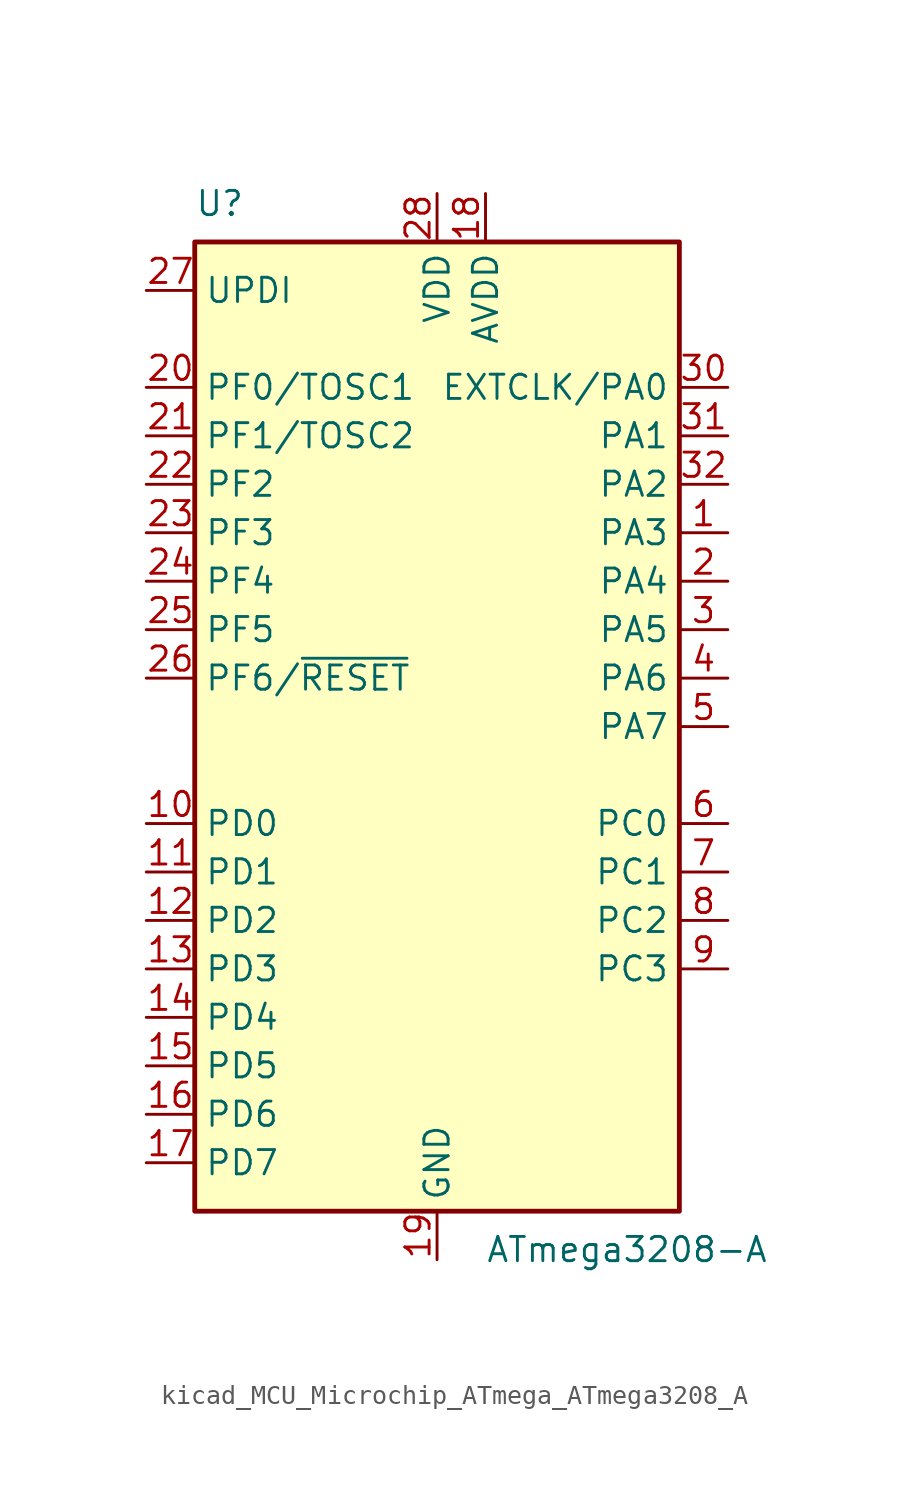
<source format=kicad_sym>
(kicad_symbol_lib
  (version 20220914)
  (generator kicad_symbol_editor)
  (symbol "kicad_MCU_Microchip_ATmega_ATmega3208_A"
    (property "Reference" "U"
      (at -12.7 26.67 0)
      (effects (font (size 1.27 1.27)) (justify left bottom)))
    (property "Value" "ATmega3208-A"
      (at 2.54 -26.67 0)
      (effects (font (size 1.27 1.27)) (justify left top)))
    (symbol "kicad_MCU_Microchip_ATmega_ATmega3208_A_0_1"
      (rectangle (start -12.7 -25.4) (end 12.7 25.4) (stroke (width 0.254) (type default)) (fill (type background))))
    (symbol "kicad_MCU_Microchip_ATmega_ATmega3208_A_1_1"
      (pin bidirectional line (at 15.24 10.16 180) (length 2.54) (name "PA3" (effects (font (size 1.27 1.27)))) (number "1" (effects (font (size 1.27 1.27)))))
      (pin bidirectional line (at -15.24 -5.08 0) (length 2.54) (name "PD0" (effects (font (size 1.27 1.27)))) (number "10" (effects (font (size 1.27 1.27)))))
      (pin bidirectional line (at -15.24 -7.62 0) (length 2.54) (name "PD1" (effects (font (size 1.27 1.27)))) (number "11" (effects (font (size 1.27 1.27)))))
      (pin bidirectional line (at -15.24 -10.16 0) (length 2.54) (name "PD2" (effects (font (size 1.27 1.27)))) (number "12" (effects (font (size 1.27 1.27)))))
      (pin bidirectional line (at -15.24 -12.7 0) (length 2.54) (name "PD3" (effects (font (size 1.27 1.27)))) (number "13" (effects (font (size 1.27 1.27)))))
      (pin bidirectional line (at -15.24 -15.24 0) (length 2.54) (name "PD4" (effects (font (size 1.27 1.27)))) (number "14" (effects (font (size 1.27 1.27)))))
      (pin bidirectional line (at -15.24 -17.78 0) (length 2.54) (name "PD5" (effects (font (size 1.27 1.27)))) (number "15" (effects (font (size 1.27 1.27)))))
      (pin bidirectional line (at -15.24 -20.32 0) (length 2.54) (name "PD6" (effects (font (size 1.27 1.27)))) (number "16" (effects (font (size 1.27 1.27)))))
      (pin bidirectional line (at -15.24 -22.86 0) (length 2.54) (name "PD7" (effects (font (size 1.27 1.27)))) (number "17" (effects (font (size 1.27 1.27)))))
      (pin power_in line (at 2.54 27.94 270) (length 2.54) (name "AVDD" (effects (font (size 1.27 1.27)))) (number "18" (effects (font (size 1.27 1.27)))))
      (pin power_in line (at 0 -27.94 90) (length 2.54) (name "GND" (effects (font (size 1.27 1.27)))) (number "19" (effects (font (size 1.27 1.27)))))
      (pin bidirectional line (at 15.24 7.62 180) (length 2.54) (name "PA4" (effects (font (size 1.27 1.27)))) (number "2" (effects (font (size 1.27 1.27)))))
      (pin bidirectional line (at -15.24 17.78 0) (length 2.54) (name "PF0/TOSC1" (effects (font (size 1.27 1.27)))) (number "20" (effects (font (size 1.27 1.27)))))
      (pin bidirectional line (at -15.24 15.24 0) (length 2.54) (name "PF1/TOSC2" (effects (font (size 1.27 1.27)))) (number "21" (effects (font (size 1.27 1.27)))))
      (pin bidirectional line (at -15.24 12.7 0) (length 2.54) (name "PF2" (effects (font (size 1.27 1.27)))) (number "22" (effects (font (size 1.27 1.27)))))
      (pin bidirectional line (at -15.24 10.16 0) (length 2.54) (name "PF3" (effects (font (size 1.27 1.27)))) (number "23" (effects (font (size 1.27 1.27)))))
      (pin bidirectional line (at -15.24 7.62 0) (length 2.54) (name "PF4" (effects (font (size 1.27 1.27)))) (number "24" (effects (font (size 1.27 1.27)))))
      (pin bidirectional line (at -15.24 5.08 0) (length 2.54) (name "PF5" (effects (font (size 1.27 1.27)))) (number "25" (effects (font (size 1.27 1.27)))))
      (pin bidirectional line (at -15.24 2.54 0) (length 2.54) (name "PF6/~{RESET}" (effects (font (size 1.27 1.27)))) (number "26" (effects (font (size 1.27 1.27)))))
      (pin bidirectional line (at -15.24 22.86 0) (length 2.54) (name "UPDI" (effects (font (size 1.27 1.27)))) (number "27" (effects (font (size 1.27 1.27)))))
      (pin power_in line (at 0 27.94 270) (length 2.54) (name "VDD" (effects (font (size 1.27 1.27)))) (number "28" (effects (font (size 1.27 1.27)))))
      (pin passive line (at 0 -27.94 90) (length 2.54) hide (name "GND" (effects (font (size 1.27 1.27)))) (number "29" (effects (font (size 1.27 1.27)))))
      (pin bidirectional line (at 15.24 5.08 180) (length 2.54) (name "PA5" (effects (font (size 1.27 1.27)))) (number "3" (effects (font (size 1.27 1.27)))))
      (pin bidirectional line (at 15.24 17.78 180) (length 2.54) (name "EXTCLK/PA0" (effects (font (size 1.27 1.27)))) (number "30" (effects (font (size 1.27 1.27)))))
      (pin bidirectional line (at 15.24 15.24 180) (length 2.54) (name "PA1" (effects (font (size 1.27 1.27)))) (number "31" (effects (font (size 1.27 1.27)))))
      (pin bidirectional line (at 15.24 12.7 180) (length 2.54) (name "PA2" (effects (font (size 1.27 1.27)))) (number "32" (effects (font (size 1.27 1.27)))))
      (pin bidirectional line (at 15.24 2.54 180) (length 2.54) (name "PA6" (effects (font (size 1.27 1.27)))) (number "4" (effects (font (size 1.27 1.27)))))
      (pin bidirectional line (at 15.24 0 180) (length 2.54) (name "PA7" (effects (font (size 1.27 1.27)))) (number "5" (effects (font (size 1.27 1.27)))))
      (pin bidirectional line (at 15.24 -5.08 180) (length 2.54) (name "PC0" (effects (font (size 1.27 1.27)))) (number "6" (effects (font (size 1.27 1.27)))))
      (pin bidirectional line (at 15.24 -7.62 180) (length 2.54) (name "PC1" (effects (font (size 1.27 1.27)))) (number "7" (effects (font (size 1.27 1.27)))))
      (pin bidirectional line (at 15.24 -10.16 180) (length 2.54) (name "PC2" (effects (font (size 1.27 1.27)))) (number "8" (effects (font (size 1.27 1.27)))))
      (pin bidirectional line (at 15.24 -12.7 180) (length 2.54) (name "PC3" (effects (font (size 1.27 1.27)))) (number "9" (effects (font (size 1.27 1.27))))))))
</source>
